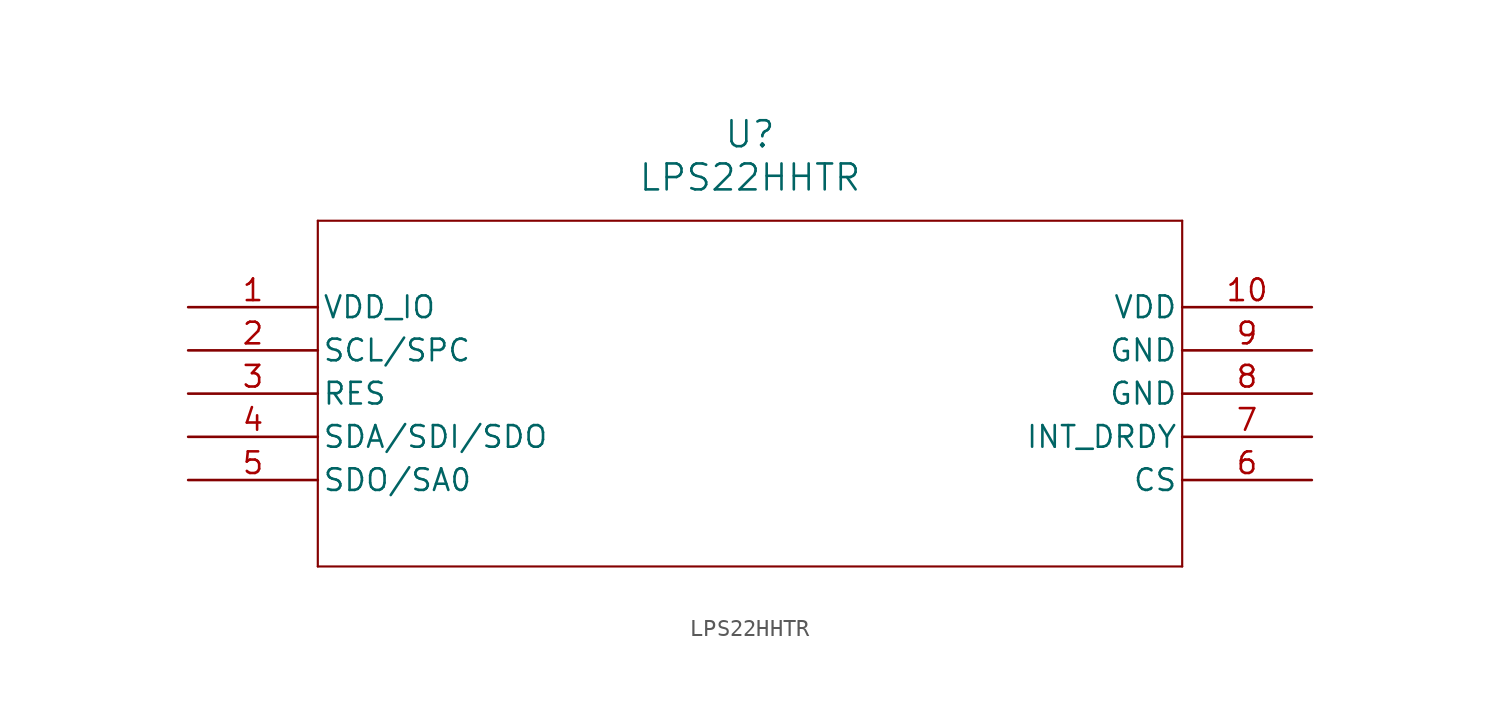
<source format=kicad_sym>
(kicad_symbol_lib
  (version 20211014)
  (generator kicad_symbol_editor)
  (symbol "LPS22HHTR"
    (pin_names
      (offset 0.254))
    (property "Reference" "U"
      (at 33.02 10.16 0)
      (effects (font (size 1.524 1.524))))
    (property "Value" "LPS22HHTR"
      (at 33.02 7.62 0)
      (effects (font (size 1.524 1.524))))
    (symbol "LPS22HHTR_0_1"
      (polyline (pts (xy 7.62 5.08) (xy 7.62 -15.24)) (stroke (width 0.127) (type default) (color 0 0 0 0)) (fill (type none)))
      (polyline (pts (xy 7.62 -15.24) (xy 58.42 -15.24)) (stroke (width 0.127) (type default) (color 0 0 0 0)) (fill (type none)))
      (polyline (pts (xy 58.42 -15.24) (xy 58.42 5.08)) (stroke (width 0.127) (type default) (color 0 0 0 0)) (fill (type none)))
      (polyline (pts (xy 58.42 5.08) (xy 7.62 5.08)) (stroke (width 0.127) (type default) (color 0 0 0 0)) (fill (type none)))
      (pin power_in line (at 0 0 0) (length 7.62) (name "VDD_IO" (effects (font (size 1.27 1.27)))) (number "1" (effects (font (size 1.27 1.27)))))
      (pin unspecified line (at 0 -2.54 0) (length 7.62) (name "SCL/SPC" (effects (font (size 1.27 1.27)))) (number "2" (effects (font (size 1.27 1.27)))))
      (pin unspecified line (at 0 -5.08 0) (length 7.62) (name "RES" (effects (font (size 1.27 1.27)))) (number "3" (effects (font (size 1.27 1.27)))))
      (pin unspecified line (at 0 -7.62 0) (length 7.62) (name "SDA/SDI/SDO" (effects (font (size 1.27 1.27)))) (number "4" (effects (font (size 1.27 1.27)))))
      (pin unspecified line (at 0 -10.16 0) (length 7.62) (name "SDO/SA0" (effects (font (size 1.27 1.27)))) (number "5" (effects (font (size 1.27 1.27)))))
      (pin unspecified line (at 66.04 -10.16 180) (length 7.62) (name "CS" (effects (font (size 1.27 1.27)))) (number "6" (effects (font (size 1.27 1.27)))))
      (pin unspecified line (at 66.04 -7.62 180) (length 7.62) (name "INT_DRDY" (effects (font (size 1.27 1.27)))) (number "7" (effects (font (size 1.27 1.27)))))
      (pin power_out line (at 66.04 -5.08 180) (length 7.62) (name "GND" (effects (font (size 1.27 1.27)))) (number "8" (effects (font (size 1.27 1.27)))))
      (pin power_out line (at 66.04 -2.54 180) (length 7.62) (name "GND" (effects (font (size 1.27 1.27)))) (number "9" (effects (font (size 1.27 1.27)))))
      (pin power_in line (at 66.04 0 180) (length 7.62) (name "VDD" (effects (font (size 1.27 1.27)))) (number "10" (effects (font (size 1.27 1.27))))))))
</source>
